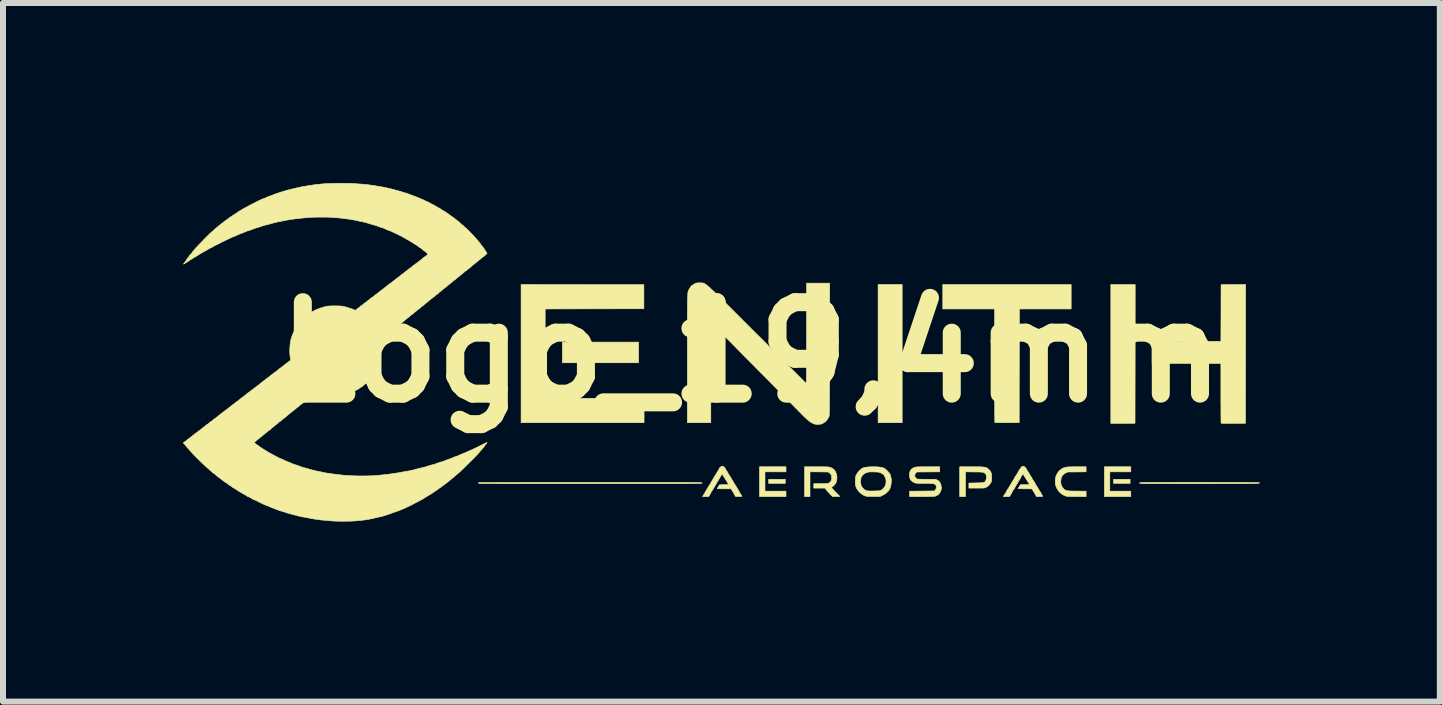
<source format=kicad_pcb>
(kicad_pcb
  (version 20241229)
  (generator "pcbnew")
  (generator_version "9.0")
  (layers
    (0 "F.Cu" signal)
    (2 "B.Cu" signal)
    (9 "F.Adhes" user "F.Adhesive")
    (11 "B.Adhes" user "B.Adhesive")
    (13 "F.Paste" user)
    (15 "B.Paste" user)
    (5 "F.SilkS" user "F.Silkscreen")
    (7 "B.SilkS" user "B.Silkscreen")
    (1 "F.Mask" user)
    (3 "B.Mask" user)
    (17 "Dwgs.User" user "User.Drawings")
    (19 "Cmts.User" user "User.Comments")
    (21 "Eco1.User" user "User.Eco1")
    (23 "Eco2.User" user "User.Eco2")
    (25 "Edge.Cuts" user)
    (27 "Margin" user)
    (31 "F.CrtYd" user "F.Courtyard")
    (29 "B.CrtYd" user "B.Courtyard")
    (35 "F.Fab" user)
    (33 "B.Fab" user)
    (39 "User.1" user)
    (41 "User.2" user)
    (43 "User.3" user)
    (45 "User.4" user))
  (footprint "Logo_19,4mm"
    (layer "F.Cu")
    (at 9.471 2.82)
    (property "Reference" "Logo_19,4mm" (at 0 0 0) (layer "F.SilkS") (effects (font (size 1.524 1.524) (thickness 0.3))))
    (attr through_hole)
    (fp_poly (pts (xy -1.88 0.175) (xy -3.15 0.175) (xy -3.15 -0.169) (xy -1.88 -0.169) (xy -1.88 0.175)) (stroke (width 0.01) (type solid)) (fill yes) (layer "F.SilkS"))
    (fp_poly (pts (xy 0.564 2.184) (xy 0.288 2.184) (xy 0.288 2.117) (xy 0.564 2.117) (xy 0.564 2.184)) (stroke (width 0.01) (type solid)) (fill yes) (layer "F.SilkS"))
    (fp_poly (pts (xy 2.512 1.174) (xy 2.111 1.174) (xy 2.111 -1.129) (xy 2.512 -1.129) (xy 2.512 1.174)) (stroke (width 0.01) (type solid)) (fill yes) (layer "F.SilkS"))
    (fp_poly (pts (xy 6.31 2.184) (xy 6.034 2.184) (xy 6.034 2.117) (xy 6.31 2.117) (xy 6.31 2.184)) (stroke (width 0.01) (type solid)) (fill yes) (layer "F.SilkS"))
    (fp_poly (pts (xy 6.394 0.027) (xy 6.392 1.183) (xy 6.191 1.184) (xy 5.989 1.185) (xy 5.989 -1.129) (xy 6.395 -1.129) (xy 6.394 0.027)) (stroke (width 0.01) (type solid)) (fill yes) (layer "F.SilkS"))
    (fp_poly (pts (xy 0.576 1.992) (xy 0.226 1.992) (xy 0.226 2.314) (xy 0.576 2.314) (xy 0.576 2.405) (xy 0.135 2.405) (xy 0.135 1.908) (xy 0.576 1.908) (xy 0.576 1.992)) (stroke (width 0.01) (type solid)) (fill yes) (layer "F.SilkS"))
    (fp_poly (pts (xy 6.322 1.992) (xy 5.972 1.992) (xy 5.972 2.314) (xy 6.322 2.314) (xy 6.322 2.405) (xy 5.882 2.405) (xy 5.882 1.908) (xy 6.322 1.908) (xy 6.322 1.992)) (stroke (width 0.01) (type solid)) (fill yes) (layer "F.SilkS"))
    (fp_poly (pts (xy -2.815 -1.127) (xy -1.792 -1.126) (xy -1.792 -0.725) (xy -2.615 -0.724) (xy -3.437 -0.722) (xy -3.437 0.768) (xy -1.789 0.768) (xy -1.789 1.174) (xy -3.838 1.174) (xy -3.838 -1.129) (xy -2.815 -1.127)) (stroke (width 0.01) (type solid)) (fill yes) (layer "F.SilkS"))
    (fp_poly (pts (xy 8.234 0.027) (xy 8.232 1.183) (xy 8.032 1.184) (xy 7.985 1.184) (xy 7.942 1.184) (xy 7.904 1.184) (xy 7.872 1.184) (xy 7.848 1.183) (xy 7.832 1.182) (xy 7.827 1.182) (xy 7.826 1.176) (xy 7.826 1.159) (xy 7.825 1.133) (xy 7.825 1.098) (xy 7.824 1.055) (xy 7.824 1.004) (xy 7.824 0.948) (xy 7.824 0.885) (xy 7.823 0.818) (xy 7.823 0.747) (xy 7.823 0.682) (xy 7.823 0.186) (xy 6.677 0.186) (xy 6.677 -0.181) (xy 7.823 -0.181) (xy 7.825 -0.653) (xy 7.826 -1.126) (xy 8.031 -1.128) (xy 8.235 -1.129) (xy 8.234 0.027)) (stroke (width 0.01) (type solid)) (fill yes) (layer "F.SilkS"))
    (fp_poly (pts (xy 5.328 -0.722) (xy 4.465 -0.722) (xy 4.463 0.224) (xy 4.462 1.171) (xy 4.261 1.173) (xy 4.215 1.173) (xy 4.172 1.173) (xy 4.134 1.173) (xy 4.102 1.172) (xy 4.077 1.172) (xy 4.062 1.171) (xy 4.057 1.17) (xy 4.056 1.164) (xy 4.056 1.148) (xy 4.055 1.121) (xy 4.055 1.085) (xy 4.055 1.039) (xy 4.054 0.986) (xy 4.054 0.924) (xy 4.054 0.856) (xy 4.053 0.781) (xy 4.053 0.7) (xy 4.053 0.613) (xy 4.053 0.522) (xy 4.053 0.426) (xy 4.053 0.327) (xy 4.053 0.224) (xy 4.053 -0.722) (xy 3.189 -0.722) (xy 3.189 -1.129) (xy 5.328 -1.129) (xy 5.328 -0.722)) (stroke (width 0.01) (type solid)) (fill yes) (layer "F.SilkS"))
    (fp_poly (pts (xy 3.724 1.908) (xy 3.774 1.908) (xy 3.815 1.909) (xy 3.848 1.911) (xy 3.875 1.914) (xy 3.896 1.917) (xy 3.913 1.922) (xy 3.927 1.929) (xy 3.939 1.937) (xy 3.95 1.947) (xy 3.956 1.953) (xy 3.976 1.975) (xy 3.989 1.997) (xy 3.998 2.021) (xy 4.002 2.05) (xy 4.003 2.088) (xy 4.003 2.089) (xy 4.003 2.117) (xy 4.002 2.137) (xy 3.999 2.151) (xy 3.995 2.163) (xy 3.989 2.175) (xy 3.988 2.176) (xy 3.961 2.213) (xy 3.927 2.241) (xy 3.909 2.251) (xy 3.901 2.255) (xy 3.892 2.258) (xy 3.881 2.26) (xy 3.867 2.262) (xy 3.848 2.263) (xy 3.821 2.263) (xy 3.787 2.263) (xy 3.754 2.263) (xy 3.624 2.263) (xy 3.624 2.18) (xy 3.738 2.177) (xy 3.784 2.176) (xy 3.82 2.175) (xy 3.847 2.172) (xy 3.867 2.169) (xy 3.882 2.164) (xy 3.892 2.158) (xy 3.9 2.149) (xy 3.905 2.138) (xy 3.906 2.136) (xy 3.916 2.099) (xy 3.915 2.061) (xy 3.911 2.043) (xy 3.904 2.028) (xy 3.893 2.017) (xy 3.878 2.009) (xy 3.87 2.005) (xy 3.861 2.001) (xy 3.852 1.999) (xy 3.839 1.997) (xy 3.821 1.996) (xy 3.797 1.995) (xy 3.766 1.994) (xy 3.725 1.994) (xy 3.71 1.994) (xy 3.567 1.992) (xy 3.567 2.405) (xy 3.471 2.405) (xy 3.471 1.908) (xy 3.664 1.908) (xy 3.724 1.908)) (stroke (width 0.01) (type solid)) (fill yes) (layer "F.SilkS"))
    (fp_poly (pts (xy 1.136 1.908) (xy 1.18 1.908) (xy 1.216 1.909) (xy 1.244 1.909) (xy 1.266 1.91) (xy 1.283 1.912) (xy 1.297 1.914) (xy 1.308 1.916) (xy 1.312 1.917) (xy 1.348 1.933) (xy 1.379 1.958) (xy 1.402 1.99) (xy 1.417 2.029) (xy 1.425 2.073) (xy 1.425 2.088) (xy 1.421 2.135) (xy 1.409 2.174) (xy 1.387 2.207) (xy 1.367 2.227) (xy 1.351 2.24) (xy 1.338 2.249) (xy 1.331 2.252) (xy 1.331 2.252) (xy 1.333 2.256) (xy 1.342 2.266) (xy 1.357 2.282) (xy 1.376 2.303) (xy 1.399 2.326) (xy 1.4 2.327) (xy 1.474 2.402) (xy 1.413 2.403) (xy 1.352 2.405) (xy 1.302 2.353) (xy 1.284 2.333) (xy 1.268 2.316) (xy 1.258 2.304) (xy 1.253 2.298) (xy 1.253 2.298) (xy 1.25 2.292) (xy 1.241 2.282) (xy 1.238 2.279) (xy 1.223 2.263) (xy 1.039 2.263) (xy 1.039 2.191) (xy 1.159 2.189) (xy 1.198 2.188) (xy 1.229 2.188) (xy 1.251 2.187) (xy 1.267 2.185) (xy 1.279 2.183) (xy 1.288 2.18) (xy 1.295 2.177) (xy 1.3 2.174) (xy 1.321 2.154) (xy 1.334 2.128) (xy 1.339 2.095) (xy 1.336 2.062) (xy 1.326 2.036) (xy 1.308 2.016) (xy 1.303 2.011) (xy 1.279 1.995) (xy 1.128 1.993) (xy 0.976 1.992) (xy 0.976 2.405) (xy 0.886 2.405) (xy 0.886 1.908) (xy 1.082 1.908) (xy 1.136 1.908)) (stroke (width 0.01) (type solid)) (fill yes) (layer "F.SilkS"))
    (fp_poly (pts (xy 5.577 1.992) (xy 5.423 1.994) (xy 5.269 1.995) (xy 5.237 2.011) (xy 5.212 2.026) (xy 5.193 2.043) (xy 5.189 2.048) (xy 5.179 2.061) (xy 5.172 2.07) (xy 5.17 2.072) (xy 5.167 2.078) (xy 5.163 2.093) (xy 5.159 2.11) (xy 5.154 2.154) (xy 5.158 2.195) (xy 5.171 2.232) (xy 5.192 2.263) (xy 5.195 2.266) (xy 5.207 2.279) (xy 5.218 2.289) (xy 5.229 2.296) (xy 5.242 2.302) (xy 5.257 2.306) (xy 5.277 2.309) (xy 5.303 2.311) (xy 5.336 2.312) (xy 5.377 2.313) (xy 5.417 2.313) (xy 5.577 2.315) (xy 5.577 2.405) (xy 5.42 2.404) (xy 5.365 2.404) (xy 5.321 2.403) (xy 5.286 2.402) (xy 5.261 2.4) (xy 5.245 2.398) (xy 5.241 2.397) (xy 5.193 2.376) (xy 5.151 2.346) (xy 5.115 2.308) (xy 5.087 2.262) (xy 5.073 2.227) (xy 5.066 2.197) (xy 5.063 2.161) (xy 5.064 2.124) (xy 5.069 2.089) (xy 5.074 2.068) (xy 5.081 2.051) (xy 5.091 2.031) (xy 5.103 2.011) (xy 5.114 1.993) (xy 5.123 1.98) (xy 5.13 1.976) (xy 5.13 1.976) (xy 5.136 1.972) (xy 5.147 1.963) (xy 5.151 1.96) (xy 5.168 1.945) (xy 5.182 1.935) (xy 5.197 1.928) (xy 5.216 1.922) (xy 5.228 1.919) (xy 5.242 1.915) (xy 5.257 1.913) (xy 5.274 1.911) (xy 5.295 1.91) (xy 5.322 1.909) (xy 5.356 1.908) (xy 5.398 1.908) (xy 5.423 1.908) (xy 5.577 1.908) (xy 5.577 1.992)) (stroke (width 0.01) (type solid)) (fill yes) (layer "F.SilkS"))
    (fp_poly (pts (xy 7.595 2.167) (xy 7.711 2.168) (xy 7.817 2.168) (xy 7.913 2.168) (xy 7.999 2.168) (xy 8.077 2.168) (xy 8.145 2.168) (xy 8.206 2.168) (xy 8.259 2.169) (xy 8.305 2.169) (xy 8.344 2.17) (xy 8.377 2.17) (xy 8.404 2.171) (xy 8.425 2.171) (xy 8.442 2.172) (xy 8.453 2.173) (xy 8.461 2.173) (xy 8.466 2.174) (xy 8.467 2.175) (xy 8.463 2.179) (xy 8.452 2.182) (xy 8.433 2.185) (xy 8.412 2.186) (xy 8.4 2.187) (xy 8.378 2.187) (xy 8.345 2.187) (xy 8.304 2.188) (xy 8.253 2.188) (xy 8.195 2.189) (xy 8.129 2.189) (xy 8.056 2.189) (xy 7.976 2.189) (xy 7.891 2.19) (xy 7.802 2.19) (xy 7.707 2.19) (xy 7.61 2.19) (xy 7.509 2.19) (xy 7.413 2.19) (xy 7.292 2.19) (xy 7.182 2.19) (xy 7.082 2.19) (xy 6.992 2.19) (xy 6.911 2.19) (xy 6.839 2.19) (xy 6.775 2.19) (xy 6.719 2.19) (xy 6.671 2.189) (xy 6.629 2.189) (xy 6.593 2.189) (xy 6.563 2.188) (xy 6.538 2.188) (xy 6.518 2.187) (xy 6.503 2.187) (xy 6.491 2.186) (xy 6.482 2.185) (xy 6.476 2.184) (xy 6.472 2.183) (xy 6.47 2.182) (xy 6.469 2.181) (xy 6.469 2.179) (xy 6.469 2.179) (xy 6.469 2.177) (xy 6.469 2.176) (xy 6.471 2.175) (xy 6.474 2.174) (xy 6.479 2.173) (xy 6.487 2.172) (xy 6.498 2.171) (xy 6.512 2.171) (xy 6.53 2.17) (xy 6.552 2.17) (xy 6.58 2.169) (xy 6.613 2.169) (xy 6.652 2.168) (xy 6.697 2.168) (xy 6.749 2.168) (xy 6.808 2.168) (xy 6.876 2.168) (xy 6.952 2.168) (xy 7.036 2.168) (xy 7.13 2.167) (xy 7.234 2.167) (xy 7.348 2.167) (xy 7.468 2.167) (xy 7.595 2.167)) (stroke (width 0.01) (type solid)) (fill yes) (layer "F.SilkS"))
    (fp_poly (pts (xy 3.138 1.992) (xy 2.754 1.995) (xy 2.737 2.014) (xy 2.724 2.035) (xy 2.721 2.05) (xy 2.725 2.071) (xy 2.735 2.092) (xy 2.75 2.107) (xy 2.758 2.111) (xy 2.767 2.113) (xy 2.786 2.114) (xy 2.814 2.115) (xy 2.847 2.116) (xy 2.886 2.117) (xy 2.923 2.117) (xy 3.073 2.117) (xy 3.103 2.134) (xy 3.119 2.144) (xy 3.129 2.152) (xy 3.133 2.157) (xy 3.136 2.165) (xy 3.141 2.171) (xy 3.147 2.181) (xy 3.154 2.198) (xy 3.159 2.211) (xy 3.165 2.251) (xy 3.162 2.289) (xy 3.149 2.325) (xy 3.129 2.356) (xy 3.101 2.38) (xy 3.068 2.397) (xy 3.062 2.398) (xy 3.049 2.4) (xy 3.025 2.402) (xy 2.991 2.403) (xy 2.947 2.404) (xy 2.894 2.404) (xy 2.838 2.405) (xy 2.636 2.405) (xy 2.636 2.315) (xy 2.842 2.313) (xy 3.048 2.311) (xy 3.063 2.297) (xy 3.074 2.279) (xy 3.08 2.257) (xy 3.081 2.235) (xy 3.077 2.219) (xy 3.068 2.209) (xy 3.053 2.198) (xy 3.048 2.196) (xy 3.04 2.192) (xy 3.032 2.189) (xy 3.021 2.187) (xy 3.006 2.186) (xy 2.986 2.185) (xy 2.959 2.185) (xy 2.923 2.184) (xy 2.888 2.184) (xy 2.843 2.184) (xy 2.807 2.184) (xy 2.779 2.183) (xy 2.758 2.182) (xy 2.742 2.18) (xy 2.729 2.177) (xy 2.723 2.175) (xy 2.688 2.159) (xy 2.662 2.137) (xy 2.644 2.109) (xy 2.635 2.073) (xy 2.633 2.043) (xy 2.637 2.003) (xy 2.649 1.971) (xy 2.669 1.946) (xy 2.698 1.927) (xy 2.717 1.919) (xy 2.726 1.916) (xy 2.736 1.914) (xy 2.747 1.912) (xy 2.762 1.91) (xy 2.781 1.909) (xy 2.806 1.909) (xy 2.837 1.908) (xy 2.877 1.908) (xy 2.927 1.908) (xy 2.943 1.908) (xy 3.138 1.908) (xy 3.138 1.992)) (stroke (width 0.01) (type solid)) (fill yes) (layer "F.SilkS"))
    (fp_poly (pts (xy -2.054 2.168) (xy -1.924 2.168) (xy -1.803 2.168) (xy -1.692 2.168) (xy -1.589 2.168) (xy -1.495 2.168) (xy -1.408 2.168) (xy -1.33 2.168) (xy -1.258 2.168) (xy -1.194 2.168) (xy -1.136 2.168) (xy -1.085 2.169) (xy -1.04 2.169) (xy -1 2.169) (xy -0.965 2.17) (xy -0.935 2.17) (xy -0.91 2.17) (xy -0.888 2.171) (xy -0.871 2.171) (xy -0.856 2.172) (xy -0.845 2.173) (xy -0.837 2.173) (xy -0.831 2.174) (xy -0.827 2.175) (xy -0.824 2.175) (xy -0.823 2.176) (xy -0.822 2.177) (xy -0.822 2.178) (xy -0.822 2.179) (xy -0.823 2.18) (xy -0.824 2.181) (xy -0.825 2.182) (xy -0.828 2.183) (xy -0.831 2.183) (xy -0.837 2.184) (xy -0.845 2.185) (xy -0.856 2.185) (xy -0.869 2.186) (xy -0.886 2.186) (xy -0.906 2.187) (xy -0.93 2.187) (xy -0.959 2.188) (xy -0.992 2.188) (xy -1.03 2.188) (xy -1.074 2.189) (xy -1.123 2.189) (xy -1.179 2.189) (xy -1.241 2.189) (xy -1.31 2.189) (xy -1.386 2.19) (xy -1.469 2.19) (xy -1.561 2.19) (xy -1.66 2.19) (xy -1.769 2.19) (xy -1.886 2.19) (xy -2.013 2.19) (xy -2.15 2.19) (xy -2.296 2.19) (xy -2.453 2.19) (xy -2.621 2.19) (xy -2.687 2.19) (xy -2.865 2.19) (xy -3.032 2.19) (xy -3.188 2.19) (xy -3.334 2.19) (xy -3.47 2.19) (xy -3.596 2.19) (xy -3.713 2.19) (xy -3.82 2.189) (xy -3.919 2.189) (xy -4.009 2.189) (xy -4.091 2.189) (xy -4.165 2.189) (xy -4.231 2.188) (xy -4.29 2.188) (xy -4.343 2.188) (xy -4.388 2.187) (xy -4.427 2.187) (xy -4.46 2.187) (xy -4.487 2.186) (xy -4.509 2.186) (xy -4.526 2.185) (xy -4.538 2.184) (xy -4.545 2.184) (xy -4.548 2.183) (xy -4.548 2.183) (xy -4.543 2.173) (xy -4.541 2.172) (xy -4.535 2.171) (xy -4.518 2.171) (xy -4.491 2.171) (xy -4.453 2.171) (xy -4.406 2.17) (xy -4.35 2.17) (xy -4.285 2.17) (xy -4.212 2.169) (xy -4.131 2.169) (xy -4.042 2.169) (xy -3.946 2.169) (xy -3.843 2.169) (xy -3.734 2.168) (xy -3.62 2.168) (xy -3.5 2.168) (xy -3.374 2.168) (xy -3.245 2.168) (xy -3.111 2.168) (xy -2.973 2.168) (xy -2.832 2.168) (xy -2.688 2.168) (xy -2.677 2.168) (xy -2.506 2.168) (xy -2.345 2.168) (xy -2.194 2.168) (xy -2.054 2.168)) (stroke (width 0.01) (type solid)) (fill yes) (layer "F.SilkS"))
    (fp_poly (pts (xy 2.091 1.909) (xy 2.142 1.914) (xy 2.182 1.921) (xy 2.211 1.932) (xy 2.224 1.94) (xy 2.242 1.955) (xy 2.261 1.973) (xy 2.28 1.993) (xy 2.296 2.012) (xy 2.307 2.027) (xy 2.312 2.036) (xy 2.316 2.052) (xy 2.322 2.071) (xy 2.323 2.076) (xy 2.33 2.108) (xy 2.331 2.147) (xy 2.328 2.188) (xy 2.321 2.228) (xy 2.31 2.265) (xy 2.302 2.282) (xy 2.278 2.316) (xy 2.246 2.347) (xy 2.206 2.373) (xy 2.196 2.378) (xy 2.148 2.402) (xy 2.041 2.403) (xy 2.006 2.403) (xy 1.973 2.402) (xy 1.946 2.402) (xy 1.925 2.4) (xy 1.914 2.399) (xy 1.873 2.384) (xy 1.833 2.359) (xy 1.797 2.328) (xy 1.768 2.292) (xy 1.759 2.278) (xy 1.748 2.256) (xy 1.74 2.235) (xy 1.735 2.213) (xy 1.733 2.187) (xy 1.733 2.168) (xy 1.819 2.168) (xy 1.819 2.174) (xy 1.826 2.207) (xy 1.834 2.232) (xy 1.847 2.253) (xy 1.859 2.267) (xy 1.881 2.286) (xy 1.9 2.299) (xy 1.921 2.307) (xy 1.933 2.309) (xy 1.949 2.311) (xy 1.972 2.312) (xy 2 2.312) (xy 2.031 2.312) (xy 2.064 2.311) (xy 2.094 2.31) (xy 2.121 2.309) (xy 2.141 2.307) (xy 2.153 2.305) (xy 2.154 2.304) (xy 2.18 2.286) (xy 2.205 2.262) (xy 2.224 2.237) (xy 2.228 2.228) (xy 2.237 2.206) (xy 2.242 2.183) (xy 2.243 2.156) (xy 2.243 2.133) (xy 2.24 2.115) (xy 2.235 2.097) (xy 2.224 2.075) (xy 2.224 2.074) (xy 2.213 2.054) (xy 2.204 2.04) (xy 2.193 2.031) (xy 2.176 2.021) (xy 2.165 2.015) (xy 2.149 2.007) (xy 2.135 2.002) (xy 2.122 1.998) (xy 2.106 1.996) (xy 2.085 1.995) (xy 2.057 1.994) (xy 2.045 1.993) (xy 2.009 1.993) (xy 1.982 1.993) (xy 1.96 1.995) (xy 1.942 1.998) (xy 1.933 2.001) (xy 1.897 2.014) (xy 1.869 2.031) (xy 1.85 2.051) (xy 1.848 2.054) (xy 1.84 2.066) (xy 1.835 2.071) (xy 1.834 2.072) (xy 1.831 2.077) (xy 1.827 2.09) (xy 1.824 2.109) (xy 1.821 2.13) (xy 1.819 2.151) (xy 1.819 2.168) (xy 1.733 2.168) (xy 1.732 2.153) (xy 1.732 2.146) (xy 1.733 2.114) (xy 1.734 2.091) (xy 1.737 2.073) (xy 1.741 2.058) (xy 1.743 2.053) (xy 1.763 2.017) (xy 1.788 1.985) (xy 1.807 1.966) (xy 1.819 1.956) (xy 1.827 1.949) (xy 1.829 1.947) (xy 1.847 1.934) (xy 1.872 1.923) (xy 1.905 1.916) (xy 1.946 1.911) (xy 1.998 1.908) (xy 2.029 1.908) (xy 2.091 1.909)) (stroke (width 0.01) (type solid)) (fill yes) (layer "F.SilkS"))
    (fp_poly (pts (xy -0.466 1.905) (xy -0.455 1.914) (xy -0.443 1.926) (xy -0.436 1.935) (xy -0.435 1.939) (xy -0.432 1.947) (xy -0.424 1.96) (xy -0.418 1.968) (xy -0.406 1.986) (xy -0.395 2.005) (xy -0.392 2.01) (xy -0.384 2.025) (xy -0.372 2.045) (xy -0.362 2.06) (xy -0.35 2.079) (xy -0.339 2.096) (xy -0.333 2.106) (xy -0.316 2.136) (xy -0.299 2.165) (xy -0.284 2.19) (xy -0.272 2.209) (xy -0.268 2.215) (xy -0.258 2.23) (xy -0.245 2.252) (xy -0.229 2.278) (xy -0.213 2.306) (xy -0.2 2.33) (xy -0.19 2.349) (xy -0.177 2.368) (xy -0.174 2.373) (xy -0.164 2.387) (xy -0.159 2.398) (xy -0.158 2.4) (xy -0.163 2.402) (xy -0.177 2.404) (xy -0.198 2.404) (xy -0.21 2.404) (xy -0.262 2.404) (xy -0.277 2.381) (xy -0.285 2.365) (xy -0.291 2.354) (xy -0.293 2.351) (xy -0.297 2.344) (xy -0.305 2.33) (xy -0.316 2.312) (xy -0.317 2.31) (xy -0.34 2.275) (xy -0.455 2.275) (xy -0.49 2.275) (xy -0.52 2.274) (xy -0.545 2.274) (xy -0.562 2.273) (xy -0.57 2.272) (xy -0.57 2.272) (xy -0.567 2.266) (xy -0.56 2.255) (xy -0.553 2.245) (xy -0.544 2.229) (xy -0.537 2.217) (xy -0.536 2.213) (xy -0.531 2.21) (xy -0.516 2.208) (xy -0.49 2.207) (xy -0.46 2.207) (xy -0.383 2.207) (xy -0.387 2.194) (xy -0.392 2.183) (xy -0.401 2.166) (xy -0.411 2.149) (xy -0.424 2.129) (xy -0.44 2.104) (xy -0.456 2.078) (xy -0.46 2.073) (xy -0.488 2.028) (xy -0.512 2.065) (xy -0.523 2.083) (xy -0.532 2.097) (xy -0.536 2.105) (xy -0.536 2.106) (xy -0.539 2.113) (xy -0.547 2.126) (xy -0.558 2.142) (xy -0.558 2.143) (xy -0.57 2.162) (xy -0.579 2.178) (xy -0.584 2.189) (xy -0.59 2.202) (xy -0.595 2.209) (xy -0.602 2.217) (xy -0.611 2.233) (xy -0.621 2.25) (xy -0.635 2.273) (xy -0.649 2.296) (xy -0.659 2.311) (xy -0.669 2.326) (xy -0.675 2.338) (xy -0.677 2.343) (xy -0.68 2.35) (xy -0.687 2.363) (xy -0.695 2.376) (xy -0.713 2.405) (xy -0.813 2.405) (xy -0.807 2.392) (xy -0.799 2.379) (xy -0.788 2.363) (xy -0.787 2.361) (xy -0.778 2.348) (xy -0.774 2.338) (xy -0.773 2.336) (xy -0.77 2.328) (xy -0.762 2.315) (xy -0.76 2.312) (xy -0.75 2.298) (xy -0.738 2.278) (xy -0.728 2.261) (xy -0.716 2.239) (xy -0.702 2.218) (xy -0.693 2.205) (xy -0.684 2.191) (xy -0.678 2.18) (xy -0.677 2.178) (xy -0.674 2.171) (xy -0.667 2.157) (xy -0.656 2.14) (xy -0.655 2.139) (xy -0.644 2.121) (xy -0.634 2.105) (xy -0.629 2.094) (xy -0.623 2.081) (xy -0.618 2.075) (xy -0.612 2.067) (xy -0.602 2.052) (xy -0.592 2.034) (xy -0.579 2.012) (xy -0.564 1.988) (xy -0.555 1.974) (xy -0.545 1.958) (xy -0.538 1.945) (xy -0.536 1.939) (xy -0.532 1.93) (xy -0.521 1.918) (xy -0.507 1.907) (xy -0.493 1.9) (xy -0.49 1.899) (xy -0.479 1.899) (xy -0.466 1.905)) (stroke (width 0.01) (type solid)) (fill yes) (layer "F.SilkS"))
    (fp_poly (pts (xy -0.855 -1.156) (xy -0.85 -1.156) (xy -0.841 -1.156) (xy -0.832 -1.156) (xy -0.823 -1.156) (xy -0.815 -1.155) (xy -0.807 -1.154) (xy -0.799 -1.152) (xy -0.79 -1.148) (xy -0.78 -1.143) (xy -0.768 -1.136) (xy -0.755 -1.126) (xy -0.739 -1.114) (xy -0.721 -1.099) (xy -0.7 -1.081) (xy -0.677 -1.06) (xy -0.649 -1.034) (xy -0.618 -1.005) (xy -0.583 -0.971) (xy -0.543 -0.932) (xy -0.498 -0.888) (xy -0.449 -0.839) (xy -0.393 -0.784) (xy -0.332 -0.723) (xy -0.265 -0.656) (xy -0.191 -0.582) (xy -0.11 -0.501) (xy -0.022 -0.413) (xy 0.074 -0.317) (xy 0.102 -0.29) (xy 0.917 0.525) (xy 0.919 -0.313) (xy 0.92 -1.151) (xy 1.304 -1.151) (xy 1.303 -0.049) (xy 1.302 0.086) (xy 1.302 0.211) (xy 1.302 0.325) (xy 1.302 0.43) (xy 1.301 0.524) (xy 1.301 0.61) (xy 1.301 0.686) (xy 1.3 0.754) (xy 1.3 0.815) (xy 1.3 0.867) (xy 1.299 0.913) (xy 1.299 0.952) (xy 1.298 0.984) (xy 1.298 1.011) (xy 1.297 1.032) (xy 1.296 1.048) (xy 1.295 1.059) (xy 1.294 1.066) (xy 1.294 1.069) (xy 1.286 1.084) (xy 1.276 1.102) (xy 1.264 1.12) (xy 1.253 1.136) (xy 1.244 1.147) (xy 1.24 1.151) (xy 1.233 1.155) (xy 1.221 1.163) (xy 1.213 1.168) (xy 1.195 1.181) (xy 1.174 1.192) (xy 1.168 1.194) (xy 1.141 1.2) (xy 1.108 1.202) (xy 1.074 1.2) (xy 1.045 1.194) (xy 1.038 1.191) (xy 1.006 1.176) (xy 0.972 1.154) (xy 0.935 1.125) (xy 0.894 1.087) (xy 0.858 1.052) (xy 0.844 1.038) (xy 0.823 1.016) (xy 0.795 0.988) (xy 0.761 0.953) (xy 0.72 0.912) (xy 0.675 0.866) (xy 0.624 0.815) (xy 0.569 0.759) (xy 0.511 0.7) (xy 0.449 0.637) (xy 0.384 0.571) (xy 0.317 0.503) (xy 0.248 0.433) (xy 0.177 0.362) (xy 0.106 0.291) (xy 0.035 0.219) (xy -0.036 0.147) (xy -0.106 0.076) (xy -0.175 0.006) (xy -0.242 -0.062) (xy -0.306 -0.127) (xy -0.368 -0.19) (xy -0.427 -0.249) (xy -0.482 -0.304) (xy -0.532 -0.355) (xy -0.577 -0.401) (xy -0.617 -0.441) (xy -0.651 -0.475) (xy -0.653 -0.477) (xy -0.675 -0.499) (xy -0.676 0.338) (xy -0.677 1.174) (xy -1.067 1.174) (xy -1.067 0.106) (xy -1.067 -0.026) (xy -1.067 -0.146) (xy -1.067 -0.257) (xy -1.067 -0.357) (xy -1.067 -0.448) (xy -1.067 -0.53) (xy -1.066 -0.604) (xy -1.066 -0.67) (xy -1.066 -0.729) (xy -1.065 -0.78) (xy -1.065 -0.825) (xy -1.064 -0.864) (xy -1.063 -0.898) (xy -1.062 -0.926) (xy -1.061 -0.95) (xy -1.06 -0.97) (xy -1.059 -0.986) (xy -1.057 -1) (xy -1.055 -1.01) (xy -1.053 -1.019) (xy -1.051 -1.025) (xy -1.048 -1.031) (xy -1.046 -1.036) (xy -1.043 -1.041) (xy -1.039 -1.046) (xy -1.039 -1.047) (xy -1.028 -1.064) (xy -1.018 -1.082) (xy -1.016 -1.085) (xy -1.006 -1.1) (xy -0.995 -1.11) (xy -0.992 -1.112) (xy -0.978 -1.119) (xy -0.972 -1.125) (xy -0.963 -1.132) (xy -0.947 -1.14) (xy -0.934 -1.146) (xy -0.917 -1.152) (xy -0.9 -1.156) (xy -0.881 -1.157) (xy -0.855 -1.156)) (stroke (width 0.01) (type solid)) (fill yes) (layer "F.SilkS"))
    (fp_poly (pts (xy 4.548 1.907) (xy 4.56 1.916) (xy 4.573 1.929) (xy 4.581 1.941) (xy 4.583 1.945) (xy 4.586 1.954) (xy 4.595 1.968) (xy 4.606 1.986) (xy 4.609 1.99) (xy 4.621 2.008) (xy 4.63 2.022) (xy 4.634 2.03) (xy 4.634 2.031) (xy 4.637 2.038) (xy 4.645 2.051) (xy 4.656 2.068) (xy 4.657 2.069) (xy 4.668 2.086) (xy 4.676 2.1) (xy 4.679 2.107) (xy 4.679 2.107) (xy 4.682 2.113) (xy 4.69 2.126) (xy 4.701 2.143) (xy 4.705 2.148) (xy 4.717 2.166) (xy 4.726 2.181) (xy 4.73 2.19) (xy 4.73 2.191) (xy 4.733 2.199) (xy 4.741 2.211) (xy 4.743 2.214) (xy 4.753 2.229) (xy 4.766 2.249) (xy 4.775 2.266) (xy 4.788 2.288) (xy 4.801 2.309) (xy 4.81 2.322) (xy 4.819 2.336) (xy 4.825 2.346) (xy 4.826 2.349) (xy 4.829 2.357) (xy 4.836 2.369) (xy 4.84 2.375) (xy 4.849 2.389) (xy 4.854 2.398) (xy 4.854 2.4) (xy 4.849 2.402) (xy 4.835 2.404) (xy 4.815 2.404) (xy 4.802 2.405) (xy 4.75 2.405) (xy 4.739 2.383) (xy 4.73 2.368) (xy 4.718 2.347) (xy 4.705 2.326) (xy 4.703 2.324) (xy 4.692 2.305) (xy 4.684 2.29) (xy 4.679 2.281) (xy 4.679 2.28) (xy 4.674 2.278) (xy 4.658 2.277) (xy 4.633 2.276) (xy 4.599 2.275) (xy 4.56 2.275) (xy 4.525 2.275) (xy 4.494 2.274) (xy 4.469 2.273) (xy 4.452 2.272) (xy 4.444 2.271) (xy 4.443 2.27) (xy 4.447 2.264) (xy 4.455 2.251) (xy 4.464 2.237) (xy 4.483 2.207) (xy 4.558 2.207) (xy 4.586 2.207) (xy 4.609 2.206) (xy 4.626 2.205) (xy 4.634 2.203) (xy 4.634 2.203) (xy 4.631 2.197) (xy 4.624 2.184) (xy 4.613 2.166) (xy 4.608 2.159) (xy 4.583 2.12) (xy 4.563 2.089) (xy 4.549 2.066) (xy 4.539 2.05) (xy 4.534 2.039) (xy 4.532 2.034) (xy 4.53 2.027) (xy 4.528 2.027) (xy 4.523 2.031) (xy 4.514 2.043) (xy 4.505 2.057) (xy 4.495 2.072) (xy 4.489 2.085) (xy 4.487 2.09) (xy 4.484 2.098) (xy 4.476 2.11) (xy 4.474 2.114) (xy 4.464 2.128) (xy 4.452 2.148) (xy 4.44 2.169) (xy 4.439 2.171) (xy 4.429 2.19) (xy 4.42 2.204) (xy 4.415 2.212) (xy 4.414 2.213) (xy 4.407 2.222) (xy 4.399 2.235) (xy 4.393 2.248) (xy 4.391 2.254) (xy 4.389 2.263) (xy 4.387 2.264) (xy 4.381 2.27) (xy 4.372 2.282) (xy 4.361 2.298) (xy 4.351 2.314) (xy 4.344 2.328) (xy 4.341 2.335) (xy 4.338 2.342) (xy 4.33 2.356) (xy 4.32 2.373) (xy 4.299 2.405) (xy 4.199 2.405) (xy 4.207 2.389) (xy 4.216 2.374) (xy 4.228 2.357) (xy 4.23 2.354) (xy 4.239 2.341) (xy 4.244 2.331) (xy 4.245 2.329) (xy 4.248 2.322) (xy 4.255 2.308) (xy 4.266 2.29) (xy 4.269 2.286) (xy 4.282 2.266) (xy 4.294 2.247) (xy 4.302 2.233) (xy 4.302 2.232) (xy 4.323 2.197) (xy 4.34 2.168) (xy 4.356 2.142) (xy 4.367 2.125) (xy 4.379 2.106) (xy 4.387 2.091) (xy 4.391 2.081) (xy 4.391 2.08) (xy 4.394 2.072) (xy 4.396 2.072) (xy 4.401 2.067) (xy 4.409 2.055) (xy 4.414 2.046) (xy 4.423 2.032) (xy 4.43 2.022) (xy 4.432 2.021) (xy 4.436 2.016) (xy 4.437 2.012) (xy 4.44 2.004) (xy 4.447 1.989) (xy 4.459 1.97) (xy 4.472 1.95) (xy 4.485 1.931) (xy 4.496 1.916) (xy 4.497 1.915) (xy 4.513 1.902) (xy 4.529 1.899) (xy 4.548 1.907)) (stroke (width 0.01) (type solid)) (fill yes) (layer "F.SilkS"))
    (fp_poly (pts (xy -6.746 -2.815) (xy -6.695 -2.814) (xy -6.652 -2.812) (xy -6.641 -2.811) (xy -6.601 -2.809) (xy -6.557 -2.806) (xy -6.514 -2.803) (xy -6.476 -2.8) (xy -6.466 -2.8) (xy -6.432 -2.797) (xy -6.391 -2.792) (xy -6.348 -2.786) (xy -6.306 -2.78) (xy -6.285 -2.777) (xy -6.25 -2.771) (xy -6.216 -2.765) (xy -6.186 -2.76) (xy -6.162 -2.756) (xy -6.15 -2.754) (xy -6.121 -2.749) (xy -6.084 -2.741) (xy -6.042 -2.731) (xy -5.996 -2.72) (xy -5.95 -2.708) (xy -5.906 -2.696) (xy -5.866 -2.685) (xy -5.841 -2.678) (xy -5.813 -2.669) (xy -5.789 -2.661) (xy -5.77 -2.656) (xy -5.759 -2.653) (xy -5.757 -2.653) (xy -5.75 -2.651) (xy -5.734 -2.645) (xy -5.712 -2.637) (xy -5.687 -2.628) (xy -5.687 -2.627) (xy -5.662 -2.618) (xy -5.641 -2.61) (xy -5.625 -2.604) (xy -5.618 -2.602) (xy -5.618 -2.602) (xy -5.61 -2.6) (xy -5.595 -2.594) (xy -5.576 -2.586) (xy -5.573 -2.585) (xy -5.548 -2.574) (xy -5.521 -2.562) (xy -5.501 -2.554) (xy -5.477 -2.545) (xy -5.454 -2.533) (xy -5.441 -2.527) (xy -5.422 -2.516) (xy -5.402 -2.508) (xy -5.395 -2.506) (xy -5.379 -2.5) (xy -5.367 -2.493) (xy -5.365 -2.492) (xy -5.356 -2.485) (xy -5.34 -2.476) (xy -5.32 -2.466) (xy -5.319 -2.466) (xy -5.299 -2.456) (xy -5.282 -2.448) (xy -5.272 -2.442) (xy -5.272 -2.441) (xy -5.263 -2.435) (xy -5.247 -2.426) (xy -5.228 -2.415) (xy -5.224 -2.413) (xy -5.202 -2.401) (xy -5.182 -2.389) (xy -5.168 -2.379) (xy -5.167 -2.378) (xy -5.155 -2.37) (xy -5.146 -2.365) (xy -5.145 -2.365) (xy -5.139 -2.362) (xy -5.125 -2.354) (xy -5.107 -2.343) (xy -5.087 -2.329) (xy -5.066 -2.316) (xy -5.048 -2.303) (xy -5.035 -2.293) (xy -5.031 -2.29) (xy -5.017 -2.279) (xy -5 -2.268) (xy -4.998 -2.267) (xy -4.984 -2.257) (xy -4.965 -2.243) (xy -4.942 -2.226) (xy -4.918 -2.207) (xy -4.893 -2.187) (xy -4.871 -2.169) (xy -4.851 -2.152) (xy -4.838 -2.14) (xy -4.831 -2.133) (xy -4.831 -2.133) (xy -4.823 -2.124) (xy -4.818 -2.122) (xy -4.81 -2.118) (xy -4.798 -2.108) (xy -4.791 -2.1) (xy -4.779 -2.087) (xy -4.77 -2.079) (xy -4.767 -2.077) (xy -4.762 -2.073) (xy -4.75 -2.063) (xy -4.734 -2.047) (xy -4.713 -2.027) (xy -4.7 -2.013) (xy -4.657 -1.969) (xy -4.621 -1.931) (xy -4.591 -1.898) (xy -4.564 -1.867) (xy -4.539 -1.836) (xy -4.514 -1.805) (xy -4.507 -1.795) (xy -4.491 -1.773) (xy -4.475 -1.753) (xy -4.462 -1.737) (xy -4.459 -1.733) (xy -4.449 -1.72) (xy -4.443 -1.709) (xy -4.442 -1.707) (xy -4.439 -1.697) (xy -4.435 -1.692) (xy -4.426 -1.682) (xy -4.418 -1.669) (xy -4.41 -1.656) (xy -4.406 -1.646) (xy -4.407 -1.643) (xy -4.413 -1.639) (xy -4.425 -1.629) (xy -4.437 -1.617) (xy -4.451 -1.604) (xy -4.462 -1.595) (xy -4.467 -1.592) (xy -4.474 -1.588) (xy -4.486 -1.579) (xy -4.496 -1.571) (xy -4.517 -1.553) (xy -4.544 -1.531) (xy -4.577 -1.504) (xy -4.617 -1.472) (xy -4.634 -1.458) (xy -4.655 -1.442) (xy -4.672 -1.427) (xy -4.685 -1.415) (xy -4.689 -1.41) (xy -4.698 -1.402) (xy -4.704 -1.4) (xy -4.712 -1.396) (xy -4.724 -1.386) (xy -4.734 -1.377) (xy -4.747 -1.365) (xy -4.757 -1.357) (xy -4.762 -1.355) (xy -4.77 -1.351) (xy -4.779 -1.343) (xy -4.789 -1.333) (xy -4.805 -1.319) (xy -4.818 -1.309) (xy -4.836 -1.294) (xy -4.855 -1.279) (xy -4.864 -1.271) (xy -4.877 -1.26) (xy -4.885 -1.254) (xy -4.887 -1.253) (xy -4.893 -1.249) (xy -4.905 -1.24) (xy -4.915 -1.23) (xy -4.928 -1.218) (xy -4.938 -1.21) (xy -4.942 -1.208) (xy -4.948 -1.204) (xy -4.96 -1.195) (xy -4.973 -1.184) (xy -4.994 -1.166) (xy -5.016 -1.148) (xy -5.028 -1.138) (xy -5.045 -1.125) (xy -5.061 -1.112) (xy -5.069 -1.105) (xy -5.079 -1.097) (xy -5.096 -1.084) (xy -5.116 -1.068) (xy -5.127 -1.059) (xy -5.145 -1.044) (xy -5.16 -1.032) (xy -5.169 -1.023) (xy -5.17 -1.02) (xy -5.175 -1.016) (xy -5.178 -1.016) (xy -5.186 -1.012) (xy -5.198 -1.002) (xy -5.21 -0.991) (xy -5.224 -0.977) (xy -5.235 -0.968) (xy -5.241 -0.965) (xy -5.248 -0.962) (xy -5.259 -0.953) (xy -5.263 -0.949) (xy -5.279 -0.934) (xy -5.296 -0.92) (xy -5.298 -0.919) (xy -5.314 -0.907) (xy -5.334 -0.892) (xy -5.354 -0.875) (xy -5.374 -0.859) (xy -5.391 -0.845) (xy -5.402 -0.835) (xy -5.405 -0.832) (xy -5.413 -0.825) (xy -5.417 -0.824) (xy -5.423 -0.82) (xy -5.435 -0.811) (xy -5.447 -0.799) (xy -5.461 -0.786) (xy -5.473 -0.776) (xy -5.478 -0.773) (xy -5.485 -0.77) (xy -5.497 -0.76) (xy -5.506 -0.751) (xy -5.519 -0.738) (xy -5.53 -0.73) (xy -5.535 -0.728) (xy -5.543 -0.724) (xy -5.552 -0.716) (xy -5.562 -0.706) (xy -5.578 -0.693) (xy -5.591 -0.683) (xy -5.61 -0.668) (xy -5.628 -0.652) (xy -5.638 -0.644) (xy -5.65 -0.633) (xy -5.659 -0.627) (xy -5.661 -0.627) (xy -5.667 -0.623) (xy -5.678 -0.614) (xy -5.688 -0.604) (xy -5.702 -0.592) (xy -5.712 -0.584) (xy -5.716 -0.581) (xy -5.722 -0.578) (xy -5.733 -0.569) (xy -5.747 -0.557) (xy -5.767 -0.54) (xy -5.79 -0.521) (xy -5.802 -0.511) (xy -5.818 -0.498) (xy -5.831 -0.488) (xy -5.838 -0.482) (xy -5.845 -0.477) (xy -5.859 -0.466) (xy -5.877 -0.451) (xy -5.89 -0.441) (xy -5.909 -0.425) (xy -5.926 -0.411) (xy -5.936 -0.401) (xy -5.94 -0.397) (xy -5.948 -0.39) (xy -5.951 -0.389) (xy -5.959 -0.386) (xy -5.971 -0.376) (xy -5.984 -0.364) (xy -5.997 -0.351) (xy -6.008 -0.342) (xy -6.014 -0.339) (xy -6.021 -0.335) (xy -6.032 -0.326) (xy -6.036 -0.322) (xy -6.053 -0.308) (xy -6.07 -0.294) (xy -6.072 -0.292) (xy -6.088 -0.281) (xy -6.107 -0.265) (xy -6.128 -0.249) (xy -6.148 -0.232) (xy -6.164 -0.218) (xy -6.175 -0.208) (xy -6.178 -0.205) (xy -6.187 -0.199) (xy -6.191 -0.198) (xy -6.197 -0.196) (xy -6.2 -0.189) (xy -6.2 -0.176) (xy -6.198 -0.154) (xy -6.195 -0.138) (xy -6.188 -0.074) (xy -6.187 -0.006) (xy -6.193 0.063) (xy -6.204 0.129) (xy -6.218 0.178) (xy -6.225 0.198) (xy -6.229 0.215) (xy -6.231 0.225) (xy -6.231 0.225) (xy -6.234 0.234) (xy -6.241 0.251) (xy -6.251 0.273) (xy -6.264 0.298) (xy -6.277 0.323) (xy -6.29 0.346) (xy -6.302 0.366) (xy -6.31 0.379) (xy -6.311 0.379) (xy -6.321 0.393) (xy -6.327 0.403) (xy -6.327 0.406) (xy -6.331 0.413) (xy -6.34 0.425) (xy -6.343 0.428) (xy -6.354 0.44) (xy -6.369 0.458) (xy -6.386 0.478) (xy -6.392 0.485) (xy -6.408 0.502) (xy -6.421 0.516) (xy -6.43 0.523) (xy -6.432 0.525) (xy -6.439 0.529) (xy -6.451 0.538) (xy -6.463 0.55) (xy -6.477 0.564) (xy -6.488 0.573) (xy -6.494 0.576) (xy -6.502 0.579) (xy -6.515 0.587) (xy -6.523 0.593) (xy -6.541 0.606) (xy -6.559 0.618) (xy -6.564 0.621) (xy -6.579 0.628) (xy -6.6 0.638) (xy -6.622 0.65) (xy -6.625 0.651) (xy -6.645 0.661) (xy -6.662 0.668) (xy -6.673 0.672) (xy -6.674 0.672) (xy -6.684 0.674) (xy -6.7 0.679) (xy -6.71 0.682) (xy -6.749 0.696) (xy -6.787 0.707) (xy -6.827 0.714) (xy -6.871 0.718) (xy -6.923 0.719) (xy -6.937 0.719) (xy -6.977 0.719) (xy -7.012 0.718) (xy -7.044 0.715) (xy -7.076 0.71) (xy -7.108 0.702) (xy -7.145 0.692) (xy -7.189 0.679) (xy -7.227 0.666) (xy -7.238 0.664) (xy -7.249 0.666) (xy -7.262 0.672) (xy -7.28 0.685) (xy -7.294 0.697) (xy -7.314 0.714) (xy -7.336 0.732) (xy -7.349 0.742) (xy -7.365 0.755) (xy -7.378 0.765) (xy -7.384 0.771) (xy -7.392 0.776) (xy -7.405 0.787) (xy -7.423 0.802) (xy -7.437 0.812) (xy -7.456 0.828) (xy -7.472 0.842) (xy -7.483 0.852) (xy -7.486 0.856) (xy -7.494 0.863) (xy -7.498 0.864) (xy -7.506 0.867) (xy -7.518 0.877) (xy -7.53 0.889) (xy -7.544 0.902) (xy -7.555 0.911) (xy -7.56 0.914) (xy -7.568 0.918) (xy -7.579 0.927) (xy -7.583 0.931) (xy -7.599 0.946) (xy -7.616 0.959) (xy -7.618 0.961) (xy -7.631 0.97) (xy -7.649 0.984) (xy -7.669 1.001) (xy -7.678 1.007) (xy -7.7 1.025) (xy -7.716 1.038) (xy -7.728 1.048) (xy -7.739 1.057) (xy -7.75 1.068) (xy -7.765 1.081) (xy -7.78 1.093) (xy -7.792 1.103) (xy -7.799 1.106) (xy -7.799 1.106) (xy -7.805 1.11) (xy -7.817 1.12) (xy -7.826 1.129) (xy -7.839 1.141) (xy -7.85 1.15) (xy -7.855 1.151) (xy -7.863 1.155) (xy -7.869 1.161) (xy -7.876 1.167) (xy -7.89 1.18) (xy -7.91 1.196) (xy -7.933 1.215) (xy -7.945 1.224) (xy -7.969 1.244) (xy -7.99 1.261) (xy -8.007 1.276) (xy -8.017 1.286) (xy -8.02 1.288) (xy -8.028 1.296) (xy -8.033 1.298) (xy -8.04 1.302) (xy -8.053 1.311) (xy -8.066 1.322) (xy -8.087 1.34) (xy -8.109 1.358) (xy -8.121 1.368) (xy -8.148 1.39) (xy -8.168 1.406) (xy -8.182 1.417) (xy -8.191 1.425) (xy -8.198 1.431) (xy -8.203 1.435) (xy -8.212 1.443) (xy -8.217 1.445) (xy -8.223 1.449) (xy -8.234 1.458) (xy -8.244 1.467) (xy -8.257 1.48) (xy -8.268 1.488) (xy -8.273 1.49) (xy -8.281 1.493) (xy -8.281 1.502) (xy -8.274 1.513) (xy -8.262 1.526) (xy -8.245 1.538) (xy -8.236 1.544) (xy -8.222 1.552) (xy -8.206 1.565) (xy -8.202 1.569) (xy -8.189 1.579) (xy -8.18 1.585) (xy -8.178 1.586) (xy -8.172 1.589) (xy -8.159 1.597) (xy -8.142 1.609) (xy -8.137 1.611) (xy -8.12 1.623) (xy -8.106 1.632) (xy -8.098 1.637) (xy -8.097 1.637) (xy -8.09 1.64) (xy -8.079 1.647) (xy -8.076 1.65) (xy -8.064 1.657) (xy -8.045 1.669) (xy -8.02 1.682) (xy -7.992 1.698) (xy -7.961 1.714) (xy -7.93 1.731) (xy -7.901 1.746) (xy -7.875 1.759) (xy -7.854 1.77) (xy -7.839 1.776) (xy -7.833 1.778) (xy -7.827 1.78) (xy -7.813 1.786) (xy -7.793 1.795) (xy -7.776 1.803) (xy -7.753 1.814) (xy -7.734 1.822) (xy -7.721 1.828) (xy -7.716 1.829) (xy -7.709 1.831) (xy -7.694 1.837) (xy -7.674 1.846) (xy -7.667 1.849) (xy -7.644 1.859) (xy -7.623 1.867) (xy -7.606 1.873) (xy -7.604 1.873) (xy -7.59 1.877) (xy -7.569 1.884) (xy -7.544 1.893) (xy -7.522 1.901) (xy -7.497 1.911) (xy -7.475 1.918) (xy -7.459 1.923) (xy -7.451 1.925) (xy -7.442 1.926) (xy -7.425 1.931) (xy -7.402 1.937) (xy -7.375 1.945) (xy -7.366 1.948) (xy -7.334 1.957) (xy -7.301 1.966) (xy -7.272 1.973) (xy -7.249 1.978) (xy -7.247 1.979) (xy -7.224 1.983) (xy -7.194 1.989) (xy -7.161 1.996) (xy -7.14 2.001) (xy -7.106 2.008) (xy -7.066 2.015) (xy -7.027 2.021) (xy -7.008 2.023) (xy -6.972 2.028) (xy -6.932 2.033) (xy -6.894 2.037) (xy -6.875 2.04) (xy -6.804 2.048) (xy -6.725 2.054) (xy -6.64 2.058) (xy -6.553 2.061) (xy -6.467 2.061) (xy -6.384 2.06) (xy -6.308 2.057) (xy -6.271 2.055) (xy -6.204 2.049) (xy -6.134 2.042) (xy -6.063 2.034) (xy -5.993 2.025) (xy -5.928 2.015) (xy -5.869 2.006) (xy -5.836 2) (xy -5.801 1.993) (xy -5.767 1.987) (xy -5.737 1.981) (xy -5.714 1.978) (xy -5.701 1.976) (xy -5.684 1.973) (xy -5.66 1.967) (xy -5.63 1.96) (xy -5.598 1.952) (xy -5.584 1.948) (xy -5.554 1.94) (xy -5.527 1.933) (xy -5.506 1.928) (xy -5.492 1.925) (xy -5.488 1.925) (xy -5.479 1.923) (xy -5.462 1.918) (xy -5.438 1.912) (xy -5.411 1.903) (xy -5.399 1.899) (xy -5.37 1.89) (xy -5.345 1.883) (xy -5.325 1.877) (xy -5.313 1.874) (xy -5.311 1.874) (xy -5.302 1.872) (xy -5.285 1.867) (xy -5.263 1.859) (xy -5.241 1.851) (xy -5.216 1.842) (xy -5.194 1.835) (xy -5.179 1.83) (xy -5.172 1.829) (xy -5.164 1.827) (xy -5.147 1.822) (xy -5.125 1.814) (xy -5.101 1.804) (xy -5.073 1.794) (xy -5.048 1.784) (xy -5.027 1.777) (xy -5.015 1.773) (xy -4.998 1.766) (xy -4.976 1.757) (xy -4.957 1.749) (xy -4.938 1.741) (xy -4.922 1.735) (xy -4.913 1.733) (xy -4.913 1.733) (xy -4.905 1.731) (xy -4.89 1.724) (xy -4.869 1.715) (xy -4.851 1.707) (xy -4.828 1.697) (xy -4.809 1.689) (xy -4.796 1.683) (xy -4.792 1.682) (xy -4.785 1.68) (xy -4.77 1.674) (xy -4.751 1.665) (xy -4.739 1.659) (xy -4.718 1.65) (xy -4.7 1.642) (xy -4.689 1.638) (xy -4.687 1.637) (xy -4.683 1.636) (xy -4.675 1.632) (xy -4.662 1.626) (xy -4.642 1.617) (xy -4.616 1.604) (xy -4.582 1.588) (xy -4.539 1.567) (xy -4.496 1.546) (xy -4.468 1.532) (xy -4.443 1.519) (xy -4.423 1.51) (xy -4.41 1.504) (xy -4.407 1.502) (xy -4.406 1.504) (xy -4.41 1.512) (xy -4.417 1.523) (xy -4.426 1.534) (xy -4.433 1.541) (xy -4.435 1.543) (xy -4.441 1.551) (xy -4.442 1.554) (xy -4.446 1.562) (xy -4.455 1.574) (xy -4.466 1.588) (xy -4.482 1.605) (xy -4.496 1.622) (xy -4.504 1.631) (xy -4.53 1.661) (xy -4.554 1.688) (xy -4.579 1.716) (xy -4.606 1.744) (xy -4.636 1.775) (xy -4.672 1.811) (xy -4.714 1.852) (xy -4.717 1.855) (xy -4.749 1.887) (xy -4.78 1.917) (xy -4.808 1.945) (xy -4.833 1.968) (xy -4.852 1.987) (xy -4.866 1.999) (xy -4.868 2.001) (xy -4.888 2.018) (xy -4.908 2.035) (xy -4.918 2.044) (xy -4.946 2.068) (xy -4.977 2.094) (xy -5.01 2.121) (xy -5.043 2.148) (xy -5.074 2.172) (xy -5.102 2.194) (xy -5.125 2.211) (xy -5.141 2.222) (xy -5.142 2.222) (xy -5.159 2.234) (xy -5.174 2.247) (xy -5.176 2.249) (xy -5.187 2.259) (xy -5.196 2.263) (xy -5.196 2.263) (xy -5.206 2.267) (xy -5.214 2.274) (xy -5.223 2.282) (xy -5.239 2.293) (xy -5.259 2.307) (xy -5.266 2.311) (xy -5.286 2.324) (xy -5.301 2.334) (xy -5.31 2.341) (xy -5.311 2.343) (xy -5.318 2.348) (xy -5.33 2.356) (xy -5.338 2.36) (xy -5.361 2.374) (xy -5.386 2.388) (xy -5.41 2.403) (xy -5.43 2.415) (xy -5.446 2.425) (xy -5.453 2.43) (xy -5.458 2.434) (xy -5.468 2.44) (xy -5.484 2.449) (xy -5.506 2.461) (xy -5.535 2.477) (xy -5.573 2.497) (xy -5.591 2.506) (xy -5.681 2.553) (xy -5.764 2.592) (xy -5.84 2.625) (xy -5.898 2.647) (xy -5.972 2.673) (xy -6.036 2.696) (xy -6.091 2.714) (xy -6.136 2.728) (xy -6.171 2.738) (xy -6.195 2.743) (xy -6.213 2.746) (xy -6.238 2.752) (xy -6.265 2.758) (xy -6.279 2.762) (xy -6.318 2.771) (xy -6.356 2.779) (xy -6.397 2.786) (xy -6.44 2.793) (xy -6.49 2.799) (xy -6.547 2.805) (xy -6.613 2.811) (xy -6.615 2.811) (xy -6.638 2.812) (xy -6.67 2.814) (xy -6.708 2.814) (xy -6.75 2.815) (xy -6.794 2.815) (xy -6.838 2.815) (xy -6.878 2.815) (xy -6.914 2.814) (xy -6.941 2.813) (xy -6.948 2.813) (xy -7.032 2.807) (xy -7.106 2.8) (xy -7.173 2.794) (xy -7.232 2.786) (xy -7.288 2.778) (xy -7.339 2.769) (xy -7.36 2.765) (xy -7.393 2.758) (xy -7.424 2.752) (xy -7.452 2.747) (xy -7.472 2.744) (xy -7.476 2.743) (xy -7.496 2.74) (xy -7.522 2.734) (xy -7.552 2.727) (xy -7.575 2.721) (xy -7.604 2.713) (xy -7.634 2.705) (xy -7.659 2.698) (xy -7.674 2.695) (xy -7.694 2.69) (xy -7.72 2.682) (xy -7.749 2.673) (xy -7.766 2.667) (xy -7.79 2.659) (xy -7.811 2.653) (xy -7.826 2.648) (xy -7.832 2.647) (xy -7.84 2.645) (xy -7.856 2.64) (xy -7.878 2.632) (xy -7.895 2.626) (xy -7.921 2.616) (xy -7.945 2.606) (xy -7.965 2.599) (xy -7.973 2.596) (xy -7.989 2.59) (xy -8.011 2.581) (xy -8.034 2.571) (xy -8.035 2.57) (xy -8.055 2.561) (xy -8.071 2.555) (xy -8.081 2.551) (xy -8.082 2.551) (xy -8.09 2.549) (xy -8.107 2.542) (xy -8.131 2.531) (xy -8.161 2.517) (xy -8.197 2.5) (xy -8.236 2.48) (xy -8.243 2.477) (xy -8.263 2.467) (xy -8.279 2.46) (xy -8.29 2.456) (xy -8.291 2.455) (xy -8.298 2.453) (xy -8.312 2.445) (xy -8.33 2.434) (xy -8.337 2.43) (xy -8.357 2.418) (xy -8.375 2.409) (xy -8.386 2.405) (xy -8.388 2.405) (xy -8.399 2.402) (xy -8.402 2.399) (xy -8.409 2.393) (xy -8.422 2.384) (xy -8.428 2.38) (xy -8.459 2.364) (xy -8.491 2.345) (xy -8.522 2.327) (xy -8.55 2.31) (xy -8.575 2.294) (xy -8.593 2.282) (xy -8.604 2.274) (xy -8.604 2.274) (xy -8.615 2.266) (xy -8.623 2.263) (xy -8.632 2.26) (xy -8.638 2.255) (xy -8.646 2.249) (xy -8.661 2.238) (xy -8.68 2.225) (xy -8.687 2.221) (xy -8.708 2.207) (xy -8.727 2.193) (xy -8.74 2.183) (xy -8.743 2.181) (xy -8.754 2.172) (xy -8.762 2.167) (xy -8.763 2.167) (xy -8.772 2.164) (xy -8.78 2.157) (xy -8.79 2.149) (xy -8.807 2.136) (xy -8.828 2.12) (xy -8.85 2.103) (xy -8.872 2.087) (xy -8.89 2.074) (xy -8.898 2.068) (xy -8.914 2.055) (xy -8.931 2.04) (xy -8.933 2.038) (xy -8.944 2.027) (xy -8.953 2.021) (xy -8.954 2.021) (xy -8.957 2.02) (xy -8.962 2.016) (xy -8.97 2.01) (xy -8.982 2) (xy -8.999 1.986) (xy -9.021 1.966) (xy -9.049 1.941) (xy -9.084 1.909) (xy -9.113 1.882) (xy -9.158 1.841) (xy -9.206 1.795) (xy -9.254 1.747) (xy -9.298 1.7) (xy -9.33 1.666) (xy -9.35 1.644) (xy -9.369 1.622) (xy -9.386 1.604) (xy -9.394 1.596) (xy -9.405 1.583) (xy -9.413 1.573) (xy -9.415 1.57) (xy -9.419 1.564) (xy -9.428 1.553) (xy -9.44 1.539) (xy -9.453 1.524) (xy -9.462 1.513) (xy -9.466 1.507) (xy -9.461 1.502) (xy -9.45 1.496) (xy -9.45 1.496) (xy -9.436 1.487) (xy -9.42 1.475) (xy -9.415 1.47) (xy -9.4 1.458) (xy -9.387 1.447) (xy -9.383 1.445) (xy -9.367 1.433) (xy -9.348 1.419) (xy -9.327 1.403) (xy -9.307 1.387) (xy -9.289 1.373) (xy -9.277 1.362) (xy -9.272 1.357) (xy -9.264 1.35) (xy -9.26 1.349) (xy -9.252 1.345) (xy -9.239 1.336) (xy -9.225 1.324) (xy -9.21 1.311) (xy -9.198 1.302) (xy -9.191 1.298) (xy -9.183 1.294) (xy -9.177 1.289) (xy -9.17 1.282) (xy -9.155 1.27) (xy -9.137 1.255) (xy -9.124 1.246) (xy -9.105 1.231) (xy -9.089 1.218) (xy -9.08 1.209) (xy -9.077 1.207) (xy -9.071 1.202) (xy -9.069 1.202) (xy -9.061 1.199) (xy -9.049 1.189) (xy -9.034 1.177) (xy -9.019 1.164) (xy -9.007 1.155) (xy -9 1.151) (xy -8.991 1.147) (xy -8.985 1.141) (xy -8.975 1.131) (xy -8.961 1.12) (xy -8.958 1.117) (xy -8.935 1.101) (xy -8.907 1.08) (xy -8.879 1.058) (xy -8.854 1.037) (xy -8.848 1.032) (xy -8.834 1.02) (xy -8.823 1.012) (xy -8.819 1.01) (xy -8.812 1.007) (xy -8.8 0.997) (xy -8.786 0.985) (xy -8.77 0.972) (xy -8.758 0.963) (xy -8.751 0.96) (xy -8.742 0.955) (xy -8.739 0.952) (xy -8.733 0.946) (xy -8.72 0.935) (xy -8.702 0.921) (xy -8.692 0.913) (xy -8.672 0.898) (xy -8.656 0.885) (xy -8.644 0.875) (xy -8.642 0.872) (xy -8.633 0.865) (xy -8.628 0.864) (xy -8.62 0.86) (xy -8.609 0.85) (xy -8.605 0.846) (xy -8.59 0.833) (xy -8.574 0.822) (xy -8.571 0.82) (xy -8.556 0.811) (xy -8.546 0.802) (xy -8.538 0.795) (xy -8.524 0.783) (xy -8.504 0.767) (xy -8.48 0.749) (xy -8.469 0.741) (xy -8.445 0.723) (xy -8.423 0.706) (xy -8.407 0.692) (xy -8.396 0.683) (xy -8.394 0.681) (xy -8.385 0.673) (xy -8.381 0.672) (xy -8.374 0.668) (xy -8.362 0.659) (xy -8.346 0.646) (xy -8.346 0.646) (xy -8.331 0.633) (xy -8.318 0.624) (xy -8.31 0.621) (xy -8.303 0.618) (xy -8.303 0.616) (xy -8.299 0.611) (xy -8.288 0.601) (xy -8.276 0.593) (xy -8.258 0.579) (xy -8.235 0.562) (xy -8.215 0.547) (xy -8.195 0.531) (xy -8.175 0.514) (xy -8.159 0.502) (xy -8.143 0.49) (xy -8.122 0.474) (xy -8.102 0.458) (xy -8.102 0.458) (xy -8.081 0.441) (xy -8.059 0.425) (xy -8.041 0.412) (xy -8.027 0.401) (xy -8.017 0.392) (xy -8.015 0.389) (xy -8.011 0.384) (xy -8.008 0.384) (xy -8 0.38) (xy -7.988 0.371) (xy -7.973 0.359) (xy -7.958 0.346) (xy -7.945 0.336) (xy -7.938 0.333) (xy -7.93 0.329) (xy -7.925 0.324) (xy -7.917 0.317) (xy -7.903 0.306) (xy -7.885 0.291) (xy -7.872 0.281) (xy -7.852 0.266) (xy -7.836 0.254) (xy -7.826 0.246) (xy -7.823 0.243) (xy -7.817 0.238) (xy -7.805 0.23) (xy -7.796 0.224) (xy -7.783 0.214) (xy -7.774 0.206) (xy -7.772 0.203) (xy -7.768 0.198) (xy -7.762 0.195) (xy -7.752 0.189) (xy -7.738 0.179) (xy -7.73 0.172) (xy -7.714 0.158) (xy -7.698 0.147) (xy -7.692 0.143) (xy -7.681 0.137) (xy -7.677 0.131) (xy -7.677 0.131) (xy -7.678 0.124) (xy -7.68 0.109) (xy -7.684 0.088) (xy -7.685 0.082) (xy -7.691 0.034) (xy -7.693 -0.021) (xy -7.691 -0.08) (xy -7.686 -0.138) (xy -7.677 -0.193) (xy -7.67 -0.223) (xy -7.662 -0.248) (xy -7.651 -0.279) (xy -7.638 -0.312) (xy -7.624 -0.344) (xy -7.611 -0.371) (xy -7.6 -0.39) (xy -7.59 -0.406) (xy -7.583 -0.419) (xy -7.58 -0.424) (xy -7.577 -0.432) (xy -7.567 -0.447) (xy -7.553 -0.465) (xy -7.536 -0.487) (xy -7.517 -0.51) (xy -7.497 -0.533) (xy -7.479 -0.553) (xy -7.464 -0.569) (xy -7.453 -0.579) (xy -7.448 -0.581) (xy -7.441 -0.586) (xy -7.436 -0.591) (xy -7.429 -0.599) (xy -7.414 -0.611) (xy -7.396 -0.625) (xy -7.385 -0.632) (xy -7.365 -0.646) (xy -7.348 -0.659) (xy -7.336 -0.667) (xy -7.333 -0.67) (xy -7.321 -0.676) (xy -7.315 -0.677) (xy -7.304 -0.68) (xy -7.301 -0.683) (xy -7.292 -0.691) (xy -7.274 -0.7) (xy -7.249 -0.711) (xy -7.219 -0.723) (xy -7.184 -0.735) (xy -7.149 -0.747) (xy -7.113 -0.757) (xy -7.08 -0.766) (xy -7.072 -0.767) (xy -7.059 -0.769) (xy -7.036 -0.771) (xy -7.007 -0.772) (xy -6.973 -0.773) (xy -6.94 -0.773) (xy -6.9 -0.773) (xy -6.87 -0.772) (xy -6.846 -0.771) (xy -6.826 -0.769) (xy -6.807 -0.766) (xy -6.788 -0.762) (xy -6.779 -0.759) (xy -6.753 -0.753) (xy -6.729 -0.745) (xy -6.71 -0.739) (xy -6.704 -0.737) (xy -6.689 -0.731) (xy -6.677 -0.728) (xy -6.675 -0.728) (xy -6.665 -0.726) (xy -6.649 -0.72) (xy -6.637 -0.714) (xy -6.617 -0.705) (xy -6.603 -0.701) (xy -6.595 -0.702) (xy -6.588 -0.707) (xy -6.587 -0.709) (xy -6.578 -0.716) (xy -6.564 -0.728) (xy -6.549 -0.737) (xy -6.534 -0.749) (xy -6.523 -0.758) (xy -6.519 -0.762) (xy -6.515 -0.768) (xy -6.503 -0.775) (xy -6.5 -0.776) (xy -6.485 -0.786) (xy -6.468 -0.8) (xy -6.463 -0.805) (xy -6.451 -0.816) (xy -6.441 -0.823) (xy -6.438 -0.824) (xy -6.431 -0.828) (xy -6.42 -0.836) (xy -6.412 -0.842) (xy -6.393 -0.859) (xy -6.371 -0.876) (xy -6.349 -0.893) (xy -6.33 -0.908) (xy -6.316 -0.917) (xy -6.313 -0.918) (xy -6.302 -0.926) (xy -6.287 -0.939) (xy -6.28 -0.945) (xy -6.267 -0.957) (xy -6.257 -0.964) (xy -6.254 -0.965) (xy -6.248 -0.969) (xy -6.236 -0.978) (xy -6.226 -0.986) (xy -6.21 -0.999) (xy -6.196 -1.011) (xy -6.19 -1.016) (xy -6.174 -1.026) (xy -6.155 -1.041) (xy -6.133 -1.057) (xy -6.113 -1.074) (xy -6.095 -1.088) (xy -6.084 -1.098) (xy -6.082 -1.1) (xy -6.073 -1.109) (xy -6.065 -1.112) (xy -6.058 -1.116) (xy -6.046 -1.125) (xy -6.035 -1.135) (xy -6.02 -1.147) (xy -6.008 -1.155) (xy -6.002 -1.157) (xy -5.993 -1.161) (xy -5.99 -1.165) (xy -5.984 -1.171) (xy -5.971 -1.183) (xy -5.952 -1.198) (xy -5.929 -1.216) (xy -5.904 -1.235) (xy -5.88 -1.253) (xy -5.868 -1.261) (xy -5.853 -1.272) (xy -5.841 -1.283) (xy -5.838 -1.287) (xy -5.828 -1.296) (xy -5.814 -1.304) (xy -5.802 -1.31) (xy -5.797 -1.315) (xy -5.797 -1.315) (xy -5.793 -1.32) (xy -5.781 -1.33) (xy -5.764 -1.344) (xy -5.749 -1.355) (xy -5.729 -1.37) (xy -5.713 -1.383) (xy -5.703 -1.392) (xy -5.701 -1.395) (xy -5.696 -1.399) (xy -5.693 -1.4) (xy -5.685 -1.403) (xy -5.672 -1.413) (xy -5.657 -1.425) (xy -5.642 -1.438) (xy -5.631 -1.447) (xy -5.625 -1.451) (xy -5.619 -1.454) (xy -5.607 -1.463) (xy -5.595 -1.473) (xy -5.58 -1.485) (xy -5.568 -1.493) (xy -5.562 -1.496) (xy -5.555 -1.499) (xy -5.554 -1.501) (xy -5.55 -1.506) (xy -5.538 -1.516) (xy -5.521 -1.53) (xy -5.506 -1.541) (xy -5.486 -1.556) (xy -5.471 -1.569) (xy -5.461 -1.578) (xy -5.458 -1.581) (xy -5.454 -1.585) (xy -5.442 -1.591) (xy -5.442 -1.591) (xy -5.428 -1.6) (xy -5.412 -1.613) (xy -5.407 -1.617) (xy -5.389 -1.636) (xy -5.416 -1.662) (xy -5.431 -1.675) (xy -5.442 -1.684) (xy -5.448 -1.688) (xy -5.454 -1.691) (xy -5.466 -1.701) (xy -5.482 -1.714) (xy -5.497 -1.727) (xy -5.509 -1.736) (xy -5.521 -1.743) (xy -5.535 -1.752) (xy -5.551 -1.764) (xy -5.555 -1.767) (xy -5.567 -1.777) (xy -5.576 -1.783) (xy -5.579 -1.784) (xy -5.585 -1.787) (xy -5.598 -1.795) (xy -5.615 -1.806) (xy -5.619 -1.809) (xy -5.636 -1.821) (xy -5.65 -1.83) (xy -5.658 -1.834) (xy -5.659 -1.834) (xy -5.665 -1.837) (xy -5.678 -1.845) (xy -5.695 -1.856) (xy -5.696 -1.857) (xy -5.713 -1.868) (xy -5.727 -1.876) (xy -5.735 -1.88) (xy -5.736 -1.88) (xy -5.745 -1.883) (xy -5.751 -1.887) (xy -5.761 -1.894) (xy -5.778 -1.904) (xy -5.804 -1.918) (xy -5.835 -1.935) (xy -5.87 -1.953) (xy -5.893 -1.964) (xy -5.917 -1.976) (xy -5.945 -1.989) (xy -5.973 -2.002) (xy -5.999 -2.014) (xy -6.021 -2.023) (xy -6.036 -2.029) (xy -6.04 -2.03) (xy -6.052 -2.034) (xy -6.07 -2.041) (xy -6.092 -2.051) (xy -6.114 -2.061) (xy -6.131 -2.069) (xy -6.137 -2.072) (xy -6.15 -2.076) (xy -6.156 -2.077) (xy -6.165 -2.079) (xy -6.182 -2.085) (xy -6.203 -2.092) (xy -6.216 -2.097) (xy -6.24 -2.106) (xy -6.262 -2.114) (xy -6.279 -2.119) (xy -6.284 -2.12) (xy -6.296 -2.123) (xy -6.317 -2.129) (xy -6.342 -2.136) (xy -6.37 -2.145) (xy -6.372 -2.146) (xy -6.401 -2.154) (xy -6.428 -2.162) (xy -6.45 -2.168) (xy -6.465 -2.171) (xy -6.465 -2.171) (xy -6.48 -2.174) (xy -6.502 -2.178) (xy -6.53 -2.184) (xy -6.556 -2.19) (xy -6.59 -2.198) (xy -6.62 -2.204) (xy -6.648 -2.209) (xy -6.678 -2.214) (xy -6.711 -2.219) (xy -6.751 -2.224) (xy -6.793 -2.229) (xy -6.854 -2.237) (xy -6.907 -2.242) (xy -6.954 -2.246) (xy -7.001 -2.249) (xy -7.048 -2.251) (xy -7.1 -2.252) (xy -7.16 -2.252) (xy -7.166 -2.252) (xy -7.243 -2.252) (xy -7.311 -2.25) (xy -7.373 -2.247) (xy -7.431 -2.242) (xy -7.489 -2.236) (xy -7.524 -2.232) (xy -7.557 -2.228) (xy -7.592 -2.224) (xy -7.624 -2.22) (xy -7.64 -2.218) (xy -7.665 -2.215) (xy -7.697 -2.21) (xy -7.732 -2.204) (xy -7.767 -2.197) (xy -7.772 -2.196) (xy -7.805 -2.189) (xy -7.836 -2.183) (xy -7.864 -2.177) (xy -7.884 -2.174) (xy -7.888 -2.173) (xy -7.907 -2.169) (xy -7.933 -2.163) (xy -7.963 -2.155) (xy -7.993 -2.147) (xy -8.022 -2.139) (xy -8.049 -2.131) (xy -8.073 -2.126) (xy -8.088 -2.122) (xy -8.088 -2.122) (xy -8.105 -2.118) (xy -8.128 -2.112) (xy -8.154 -2.103) (xy -8.172 -2.097) (xy -8.196 -2.089) (xy -8.216 -2.082) (xy -8.231 -2.078) (xy -8.236 -2.077) (xy -8.244 -2.075) (xy -8.26 -2.07) (xy -8.282 -2.062) (xy -8.303 -2.054) (xy -8.328 -2.044) (xy -8.351 -2.036) (xy -8.368 -2.03) (xy -8.376 -2.028) (xy -8.392 -2.024) (xy -8.402 -2.021) (xy -8.439 -2.005) (xy -8.467 -1.993) (xy -8.486 -1.986) (xy -8.497 -1.982) (xy -8.5 -1.981) (xy -8.508 -1.979) (xy -8.523 -1.973) (xy -8.544 -1.964) (xy -8.561 -1.956) (xy -8.584 -1.945) (xy -8.603 -1.937) (xy -8.616 -1.932) (xy -8.621 -1.93) (xy -8.628 -1.928) (xy -8.644 -1.922) (xy -8.664 -1.913) (xy -8.681 -1.905) (xy -8.711 -1.89) (xy -8.743 -1.875) (xy -8.773 -1.86) (xy -8.783 -1.856) (xy -8.808 -1.844) (xy -8.832 -1.832) (xy -8.851 -1.822) (xy -8.856 -1.819) (xy -8.874 -1.81) (xy -8.898 -1.798) (xy -8.921 -1.787) (xy -8.944 -1.776) (xy -8.966 -1.764) (xy -8.982 -1.753) (xy -8.983 -1.753) (xy -8.997 -1.744) (xy -9.009 -1.739) (xy -9.012 -1.738) (xy -9.022 -1.735) (xy -9.035 -1.728) (xy -9.036 -1.728) (xy -9.064 -1.709) (xy -9.084 -1.697) (xy -9.097 -1.69) (xy -9.103 -1.688) (xy -9.11 -1.685) (xy -9.124 -1.677) (xy -9.141 -1.666) (xy -9.143 -1.665) (xy -9.16 -1.654) (xy -9.174 -1.646) (xy -9.181 -1.643) (xy -9.182 -1.643) (xy -9.189 -1.639) (xy -9.202 -1.631) (xy -9.219 -1.62) (xy -9.223 -1.617) (xy -9.241 -1.605) (xy -9.255 -1.596) (xy -9.263 -1.592) (xy -9.264 -1.592) (xy -9.271 -1.589) (xy -9.284 -1.581) (xy -9.301 -1.57) (xy -9.301 -1.569) (xy -9.318 -1.558) (xy -9.331 -1.55) (xy -9.338 -1.547) (xy -9.338 -1.547) (xy -9.346 -1.543) (xy -9.358 -1.535) (xy -9.364 -1.531) (xy -9.378 -1.521) (xy -9.396 -1.508) (xy -9.416 -1.496) (xy -9.435 -1.484) (xy -9.45 -1.475) (xy -9.461 -1.47) (xy -9.463 -1.469) (xy -9.461 -1.474) (xy -9.453 -1.485) (xy -9.441 -1.5) (xy -9.44 -1.502) (xy -9.428 -1.518) (xy -9.419 -1.53) (xy -9.415 -1.537) (xy -9.415 -1.537) (xy -9.412 -1.543) (xy -9.403 -1.556) (xy -9.39 -1.572) (xy -9.39 -1.573) (xy -9.377 -1.589) (xy -9.368 -1.601) (xy -9.364 -1.608) (xy -9.364 -1.608) (xy -9.36 -1.614) (xy -9.351 -1.625) (xy -9.342 -1.634) (xy -9.329 -1.648) (xy -9.321 -1.658) (xy -9.319 -1.663) (xy -9.315 -1.669) (xy -9.306 -1.681) (xy -9.296 -1.691) (xy -9.284 -1.703) (xy -9.276 -1.714) (xy -9.274 -1.717) (xy -9.273 -1.719) (xy -9.272 -1.722) (xy -9.268 -1.727) (xy -9.261 -1.735) (xy -9.251 -1.746) (xy -9.237 -1.761) (xy -9.217 -1.781) (xy -9.192 -1.807) (xy -9.16 -1.84) (xy -9.13 -1.871) (xy -9.1 -1.902) (xy -9.07 -1.932) (xy -9.042 -1.96) (xy -9.017 -1.984) (xy -8.997 -2.002) (xy -8.988 -2.009) (xy -8.967 -2.027) (xy -8.948 -2.045) (xy -8.932 -2.058) (xy -8.926 -2.063) (xy -8.9 -2.087) (xy -8.877 -2.105) (xy -8.861 -2.118) (xy -8.853 -2.124) (xy -8.843 -2.131) (xy -8.831 -2.141) (xy -8.831 -2.141) (xy -8.82 -2.15) (xy -8.803 -2.164) (xy -8.783 -2.179) (xy -8.773 -2.186) (xy -8.75 -2.203) (xy -8.728 -2.219) (xy -8.71 -2.233) (xy -8.704 -2.237) (xy -8.686 -2.25) (xy -8.669 -2.262) (xy -8.662 -2.266) (xy -8.639 -2.281) (xy -8.614 -2.297) (xy -8.591 -2.312) (xy -8.57 -2.326) (xy -8.555 -2.337) (xy -8.547 -2.343) (xy -8.547 -2.343) (xy -8.537 -2.349) (xy -8.522 -2.358) (xy -8.513 -2.364) (xy -8.491 -2.376) (xy -8.469 -2.389) (xy -8.462 -2.394) (xy -8.447 -2.403) (xy -8.435 -2.409) (xy -8.43 -2.41) (xy -8.421 -2.413) (xy -8.41 -2.421) (xy -8.4 -2.427) (xy -8.382 -2.437) (xy -8.359 -2.449) (xy -8.332 -2.463) (xy -8.32 -2.469) (xy -8.288 -2.485) (xy -8.255 -2.502) (xy -8.224 -2.518) (xy -8.199 -2.53) (xy -8.195 -2.532) (xy -8.173 -2.543) (xy -8.154 -2.551) (xy -8.141 -2.556) (xy -8.138 -2.557) (xy -8.129 -2.559) (xy -8.113 -2.566) (xy -8.094 -2.574) (xy -8.071 -2.585) (xy -8.042 -2.596) (xy -8.016 -2.606) (xy -7.995 -2.613) (xy -7.978 -2.62) (xy -7.968 -2.624) (xy -7.967 -2.625) (xy -7.959 -2.628) (xy -7.942 -2.635) (xy -7.918 -2.643) (xy -7.889 -2.653) (xy -7.857 -2.663) (xy -7.823 -2.674) (xy -7.79 -2.684) (xy -7.76 -2.693) (xy -7.735 -2.7) (xy -7.716 -2.705) (xy -7.712 -2.706) (xy -7.694 -2.71) (xy -7.668 -2.717) (xy -7.638 -2.724) (xy -7.609 -2.731) (xy -7.494 -2.757) (xy -7.371 -2.778) (xy -7.243 -2.796) (xy -7.14 -2.806) (xy -7.096 -2.809) (xy -7.044 -2.811) (xy -6.987 -2.813) (xy -6.926 -2.814) (xy -6.864 -2.815) (xy -6.803 -2.815) (xy -6.746 -2.815)) (stroke (width 0.01) (type solid)) (fill yes) (layer "F.SilkS")))
  (gr_rect
    (start -3 -3)
    (end 20.942 8.641)
    (stroke (width 0.1) (type default))
    (fill no)
    (layer "Edge.Cuts")))
</source>
